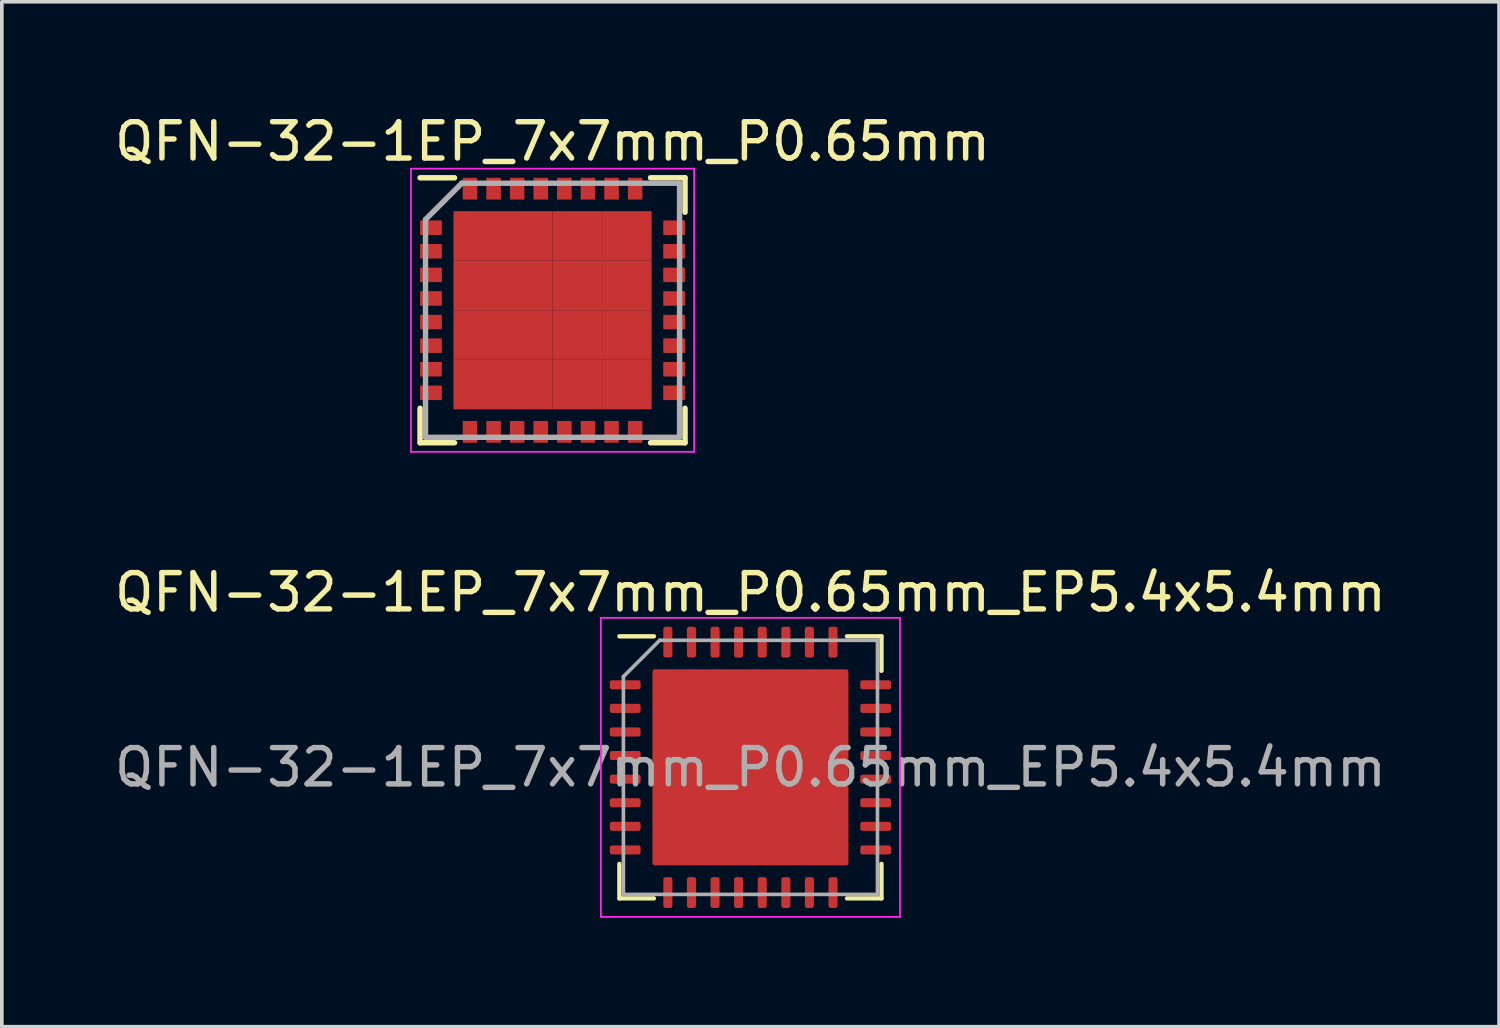
<source format=kicad_pcb>
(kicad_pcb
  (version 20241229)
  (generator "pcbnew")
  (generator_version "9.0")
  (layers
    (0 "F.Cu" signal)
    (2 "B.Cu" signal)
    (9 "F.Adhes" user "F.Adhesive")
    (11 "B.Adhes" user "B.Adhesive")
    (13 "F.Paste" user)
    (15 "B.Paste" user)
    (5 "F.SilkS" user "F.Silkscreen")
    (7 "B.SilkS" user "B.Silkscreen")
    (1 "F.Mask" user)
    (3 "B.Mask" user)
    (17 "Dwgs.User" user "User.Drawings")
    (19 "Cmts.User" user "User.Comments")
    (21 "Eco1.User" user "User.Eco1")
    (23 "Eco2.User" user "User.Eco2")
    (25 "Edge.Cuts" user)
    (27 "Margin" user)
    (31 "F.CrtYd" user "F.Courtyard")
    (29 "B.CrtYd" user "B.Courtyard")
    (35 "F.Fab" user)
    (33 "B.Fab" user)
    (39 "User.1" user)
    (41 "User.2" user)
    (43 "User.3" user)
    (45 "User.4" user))
  (footprint "QFN-32-1EP_7x7mm_P0.65mm_EP5.4x5.4mm"
    (layer "F.Cu")
    (at 17.625 18.091)
    (property "Reference" "QFN-32-1EP_7x7mm_P0.65mm_EP5.4x5.4mm" (at 0 -4.82 0) (layer "F.SilkS") (effects (font (size 1 1) (thickness 0.15))))
    (attr smd)
    (fp_line (start -3.61 3.61) (end -3.61 2.66) (stroke (width 0.12) (type solid)) (layer "F.SilkS"))
    (fp_line (start -2.66 -3.61) (end -3.61 -3.61) (stroke (width 0.12) (type solid)) (layer "F.SilkS"))
    (fp_line (start -2.66 3.61) (end -3.61 3.61) (stroke (width 0.12) (type solid)) (layer "F.SilkS"))
    (fp_line (start 2.66 -3.61) (end 3.61 -3.61) (stroke (width 0.12) (type solid)) (layer "F.SilkS"))
    (fp_line (start 2.66 3.61) (end 3.61 3.61) (stroke (width 0.12) (type solid)) (layer "F.SilkS"))
    (fp_line (start 3.61 -3.61) (end 3.61 -2.66) (stroke (width 0.12) (type solid)) (layer "F.SilkS"))
    (fp_line (start 3.61 3.61) (end 3.61 2.66) (stroke (width 0.12) (type solid)) (layer "F.SilkS"))
    (fp_line (start -4.12 -4.12) (end -4.12 4.12) (stroke (width 0.05) (type solid)) (layer "F.CrtYd"))
    (fp_line (start -4.12 4.12) (end 4.12 4.12) (stroke (width 0.05) (type solid)) (layer "F.CrtYd"))
    (fp_line (start 4.12 -4.12) (end -4.12 -4.12) (stroke (width 0.05) (type solid)) (layer "F.CrtYd"))
    (fp_line (start 4.12 4.12) (end 4.12 -4.12) (stroke (width 0.05) (type solid)) (layer "F.CrtYd"))
    (fp_line (start -3.5 -2.5) (end -2.5 -3.5) (stroke (width 0.1) (type solid)) (layer "F.Fab"))
    (fp_line (start -3.5 3.5) (end -3.5 -2.5) (stroke (width 0.1) (type solid)) (layer "F.Fab"))
    (fp_line (start -2.5 -3.5) (end 3.5 -3.5) (stroke (width 0.1) (type solid)) (layer "F.Fab"))
    (fp_line (start 3.5 -3.5) (end 3.5 3.5) (stroke (width 0.1) (type solid)) (layer "F.Fab"))
    (fp_line (start 3.5 3.5) (end -3.5 3.5) (stroke (width 0.1) (type solid)) (layer "F.Fab"))
    (fp_text user "${REFERENCE}" (at 0 0 0) (layer "F.Fab") (effects (font (size 1 1) (thickness 0.15))))
    (pad "" smd roundrect (at -2.025 -2.025) (size 1.09 1.09) (layers "F.Paste") (roundrect_rratio 0.229))
    (pad "" smd roundrect (at -2.025 -0.675) (size 1.09 1.09) (layers "F.Paste") (roundrect_rratio 0.229))
    (pad "" smd roundrect (at -2.025 0.675) (size 1.09 1.09) (layers "F.Paste") (roundrect_rratio 0.229))
    (pad "" smd roundrect (at -2.025 2.025) (size 1.09 1.09) (layers "F.Paste") (roundrect_rratio 0.229))
    (pad "" smd roundrect (at -0.675 -2.025) (size 1.09 1.09) (layers "F.Paste") (roundrect_rratio 0.229))
    (pad "" smd roundrect (at -0.675 -0.675) (size 1.09 1.09) (layers "F.Paste") (roundrect_rratio 0.229))
    (pad "" smd roundrect (at -0.675 0.675) (size 1.09 1.09) (layers "F.Paste") (roundrect_rratio 0.229))
    (pad "" smd roundrect (at -0.675 2.025) (size 1.09 1.09) (layers "F.Paste") (roundrect_rratio 0.229))
    (pad "" smd roundrect (at 0.675 -2.025) (size 1.09 1.09) (layers "F.Paste") (roundrect_rratio 0.229))
    (pad "" smd roundrect (at 0.675 -0.675) (size 1.09 1.09) (layers "F.Paste") (roundrect_rratio 0.229))
    (pad "" smd roundrect (at 0.675 0.675) (size 1.09 1.09) (layers "F.Paste") (roundrect_rratio 0.229))
    (pad "" smd roundrect (at 0.675 2.025) (size 1.09 1.09) (layers "F.Paste") (roundrect_rratio 0.229))
    (pad "" smd roundrect (at 2.025 -2.025) (size 1.09 1.09) (layers "F.Paste") (roundrect_rratio 0.229))
    (pad "" smd roundrect (at 2.025 -0.675) (size 1.09 1.09) (layers "F.Paste") (roundrect_rratio 0.229))
    (pad "" smd roundrect (at 2.025 0.675) (size 1.09 1.09) (layers "F.Paste") (roundrect_rratio 0.229))
    (pad "" smd roundrect (at 2.025 2.025) (size 1.09 1.09) (layers "F.Paste") (roundrect_rratio 0.229))
    (pad "1" smd roundrect (at -3.45 -2.275) (size 0.85 0.25) (layers "F.Cu" "F.Mask" "F.Paste") (roundrect_rratio 0.25))
    (pad "2" smd roundrect (at -3.45 -1.625) (size 0.85 0.25) (layers "F.Cu" "F.Mask" "F.Paste") (roundrect_rratio 0.25))
    (pad "3" smd roundrect (at -3.45 -0.975) (size 0.85 0.25) (layers "F.Cu" "F.Mask" "F.Paste") (roundrect_rratio 0.25))
    (pad "4" smd roundrect (at -3.45 -0.325) (size 0.85 0.25) (layers "F.Cu" "F.Mask" "F.Paste") (roundrect_rratio 0.25))
    (pad "5" smd roundrect (at -3.45 0.325) (size 0.85 0.25) (layers "F.Cu" "F.Mask" "F.Paste") (roundrect_rratio 0.25))
    (pad "6" smd roundrect (at -3.45 0.975) (size 0.85 0.25) (layers "F.Cu" "F.Mask" "F.Paste") (roundrect_rratio 0.25))
    (pad "7" smd roundrect (at -3.45 1.625) (size 0.85 0.25) (layers "F.Cu" "F.Mask" "F.Paste") (roundrect_rratio 0.25))
    (pad "8" smd roundrect (at -3.45 2.275) (size 0.85 0.25) (layers "F.Cu" "F.Mask" "F.Paste") (roundrect_rratio 0.25))
    (pad "9" smd roundrect (at -2.275 3.45) (size 0.25 0.85) (layers "F.Cu" "F.Mask" "F.Paste") (roundrect_rratio 0.25))
    (pad "10" smd roundrect (at -1.625 3.45) (size 0.25 0.85) (layers "F.Cu" "F.Mask" "F.Paste") (roundrect_rratio 0.25))
    (pad "11" smd roundrect (at -0.975 3.45) (size 0.25 0.85) (layers "F.Cu" "F.Mask" "F.Paste") (roundrect_rratio 0.25))
    (pad "12" smd roundrect (at -0.325 3.45) (size 0.25 0.85) (layers "F.Cu" "F.Mask" "F.Paste") (roundrect_rratio 0.25))
    (pad "13" smd roundrect (at 0.325 3.45) (size 0.25 0.85) (layers "F.Cu" "F.Mask" "F.Paste") (roundrect_rratio 0.25))
    (pad "14" smd roundrect (at 0.975 3.45) (size 0.25 0.85) (layers "F.Cu" "F.Mask" "F.Paste") (roundrect_rratio 0.25))
    (pad "15" smd roundrect (at 1.625 3.45) (size 0.25 0.85) (layers "F.Cu" "F.Mask" "F.Paste") (roundrect_rratio 0.25))
    (pad "16" smd roundrect (at 2.275 3.45) (size 0.25 0.85) (layers "F.Cu" "F.Mask" "F.Paste") (roundrect_rratio 0.25))
    (pad "17" smd roundrect (at 3.45 2.275) (size 0.85 0.25) (layers "F.Cu" "F.Mask" "F.Paste") (roundrect_rratio 0.25))
    (pad "18" smd roundrect (at 3.45 1.625) (size 0.85 0.25) (layers "F.Cu" "F.Mask" "F.Paste") (roundrect_rratio 0.25))
    (pad "19" smd roundrect (at 3.45 0.975) (size 0.85 0.25) (layers "F.Cu" "F.Mask" "F.Paste") (roundrect_rratio 0.25))
    (pad "20" smd roundrect (at 3.45 0.325) (size 0.85 0.25) (layers "F.Cu" "F.Mask" "F.Paste") (roundrect_rratio 0.25))
    (pad "21" smd roundrect (at 3.45 -0.325) (size 0.85 0.25) (layers "F.Cu" "F.Mask" "F.Paste") (roundrect_rratio 0.25))
    (pad "22" smd roundrect (at 3.45 -0.975) (size 0.85 0.25) (layers "F.Cu" "F.Mask" "F.Paste") (roundrect_rratio 0.25))
    (pad "23" smd roundrect (at 3.45 -1.625) (size 0.85 0.25) (layers "F.Cu" "F.Mask" "F.Paste") (roundrect_rratio 0.25))
    (pad "24" smd roundrect (at 3.45 -2.275) (size 0.85 0.25) (layers "F.Cu" "F.Mask" "F.Paste") (roundrect_rratio 0.25))
    (pad "25" smd roundrect (at 2.275 -3.45) (size 0.25 0.85) (layers "F.Cu" "F.Mask" "F.Paste") (roundrect_rratio 0.25))
    (pad "26" smd roundrect (at 1.625 -3.45) (size 0.25 0.85) (layers "F.Cu" "F.Mask" "F.Paste") (roundrect_rratio 0.25))
    (pad "27" smd roundrect (at 0.975 -3.45) (size 0.25 0.85) (layers "F.Cu" "F.Mask" "F.Paste") (roundrect_rratio 0.25))
    (pad "28" smd roundrect (at 0.325 -3.45) (size 0.25 0.85) (layers "F.Cu" "F.Mask" "F.Paste") (roundrect_rratio 0.25))
    (pad "29" smd roundrect (at -0.325 -3.45) (size 0.25 0.85) (layers "F.Cu" "F.Mask" "F.Paste") (roundrect_rratio 0.25))
    (pad "30" smd roundrect (at -0.975 -3.45) (size 0.25 0.85) (layers "F.Cu" "F.Mask" "F.Paste") (roundrect_rratio 0.25))
    (pad "31" smd roundrect (at -1.625 -3.45) (size 0.25 0.85) (layers "F.Cu" "F.Mask" "F.Paste") (roundrect_rratio 0.25))
    (pad "32" smd roundrect (at -2.275 -3.45) (size 0.25 0.85) (layers "F.Cu" "F.Mask" "F.Paste") (roundrect_rratio 0.25))
    (pad "33" smd roundrect (at 0 0) (size 5.4 5.4) (layers "F.Cu" "F.Mask") (roundrect_rratio 0.012)))
  (footprint "QFN-32-1EP_7x7mm_P0.65mm"
    (layer "F.Cu")
    (at 12.173 5.498)
    (property "Reference" "QFN-32-1EP_7x7mm_P0.65mm" (at 0 -4.65 0) (layer "F.SilkS") (effects (font (size 1 1) (thickness 0.15))))
    (attr smd)
    (fp_line (start -3.65 -3.65) (end -2.7 -3.65) (stroke (width 0.15) (type solid)) (layer "F.SilkS"))
    (fp_line (start -3.65 3.65) (end -3.65 2.7) (stroke (width 0.15) (type solid)) (layer "F.SilkS"))
    (fp_line (start -3.65 3.65) (end -2.7 3.65) (stroke (width 0.15) (type solid)) (layer "F.SilkS"))
    (fp_line (start 3.65 -3.65) (end 2.7 -3.65) (stroke (width 0.15) (type solid)) (layer "F.SilkS"))
    (fp_line (start 3.65 -3.65) (end 3.65 -2.7) (stroke (width 0.15) (type solid)) (layer "F.SilkS"))
    (fp_line (start 3.65 3.65) (end 2.7 3.65) (stroke (width 0.15) (type solid)) (layer "F.SilkS"))
    (fp_line (start 3.65 3.65) (end 3.65 2.7) (stroke (width 0.15) (type solid)) (layer "F.SilkS"))
    (fp_line (start -3.9 -3.9) (end -3.9 3.9) (stroke (width 0.05) (type solid)) (layer "F.CrtYd"))
    (fp_line (start -3.9 -3.9) (end 3.9 -3.9) (stroke (width 0.05) (type solid)) (layer "F.CrtYd"))
    (fp_line (start -3.9 3.9) (end 3.9 3.9) (stroke (width 0.05) (type solid)) (layer "F.CrtYd"))
    (fp_line (start 3.9 -3.9) (end 3.9 3.9) (stroke (width 0.05) (type solid)) (layer "F.CrtYd"))
    (fp_line (start -3.5 -2.5) (end -2.5 -3.5) (stroke (width 0.15) (type solid)) (layer "F.Fab"))
    (fp_line (start -3.5 3.5) (end -3.5 -2.5) (stroke (width 0.15) (type solid)) (layer "F.Fab"))
    (fp_line (start -2.5 -3.5) (end 3.5 -3.5) (stroke (width 0.15) (type solid)) (layer "F.Fab"))
    (fp_line (start 3.5 -3.5) (end 3.5 3.5) (stroke (width 0.15) (type solid)) (layer "F.Fab"))
    (fp_line (start 3.5 3.5) (end -3.5 3.5) (stroke (width 0.15) (type solid)) (layer "F.Fab"))
    (pad "1" smd rect (at -3.35 -2.275) (size 0.6 0.4) (layers "F.Cu" "F.Mask" "F.Paste"))
    (pad "2" smd rect (at -3.35 -1.625) (size 0.6 0.4) (layers "F.Cu" "F.Mask" "F.Paste"))
    (pad "3" smd rect (at -3.35 -0.975) (size 0.6 0.4) (layers "F.Cu" "F.Mask" "F.Paste"))
    (pad "4" smd rect (at -3.35 -0.325) (size 0.6 0.4) (layers "F.Cu" "F.Mask" "F.Paste"))
    (pad "5" smd rect (at -3.35 0.325) (size 0.6 0.4) (layers "F.Cu" "F.Mask" "F.Paste"))
    (pad "6" smd rect (at -3.35 0.975) (size 0.6 0.4) (layers "F.Cu" "F.Mask" "F.Paste"))
    (pad "7" smd rect (at -3.35 1.625) (size 0.6 0.4) (layers "F.Cu" "F.Mask" "F.Paste"))
    (pad "8" smd rect (at -3.35 2.275) (size 0.6 0.4) (layers "F.Cu" "F.Mask" "F.Paste"))
    (pad "9" smd rect (at -2.275 3.35 90) (size 0.6 0.4) (layers "F.Cu" "F.Mask" "F.Paste"))
    (pad "10" smd rect (at -1.625 3.35 90) (size 0.6 0.4) (layers "F.Cu" "F.Mask" "F.Paste"))
    (pad "11" smd rect (at -0.975 3.35 90) (size 0.6 0.4) (layers "F.Cu" "F.Mask" "F.Paste"))
    (pad "12" smd rect (at -0.325 3.35 90) (size 0.6 0.4) (layers "F.Cu" "F.Mask" "F.Paste"))
    (pad "13" smd rect (at 0.325 3.35 90) (size 0.6 0.4) (layers "F.Cu" "F.Mask" "F.Paste"))
    (pad "14" smd rect (at 0.975 3.35 90) (size 0.6 0.4) (layers "F.Cu" "F.Mask" "F.Paste"))
    (pad "15" smd rect (at 1.625 3.35 90) (size 0.6 0.4) (layers "F.Cu" "F.Mask" "F.Paste"))
    (pad "16" smd rect (at 2.275 3.35 90) (size 0.6 0.4) (layers "F.Cu" "F.Mask" "F.Paste"))
    (pad "17" smd rect (at 3.35 2.275) (size 0.6 0.4) (layers "F.Cu" "F.Mask" "F.Paste"))
    (pad "18" smd rect (at 3.35 1.625) (size 0.6 0.4) (layers "F.Cu" "F.Mask" "F.Paste"))
    (pad "19" smd rect (at 3.35 0.975) (size 0.6 0.4) (layers "F.Cu" "F.Mask" "F.Paste"))
    (pad "20" smd rect (at 3.35 0.325) (size 0.6 0.4) (layers "F.Cu" "F.Mask" "F.Paste"))
    (pad "21" smd rect (at 3.35 -0.325) (size 0.6 0.4) (layers "F.Cu" "F.Mask" "F.Paste"))
    (pad "22" smd rect (at 3.35 -0.975) (size 0.6 0.4) (layers "F.Cu" "F.Mask" "F.Paste"))
    (pad "23" smd rect (at 3.35 -1.625) (size 0.6 0.4) (layers "F.Cu" "F.Mask" "F.Paste"))
    (pad "24" smd rect (at 3.35 -2.275) (size 0.6 0.4) (layers "F.Cu" "F.Mask" "F.Paste"))
    (pad "25" smd rect (at 2.275 -3.35 90) (size 0.6 0.4) (layers "F.Cu" "F.Mask" "F.Paste"))
    (pad "26" smd rect (at 1.625 -3.35 90) (size 0.6 0.4) (layers "F.Cu" "F.Mask" "F.Paste"))
    (pad "27" smd rect (at 0.975 -3.35 90) (size 0.6 0.4) (layers "F.Cu" "F.Mask" "F.Paste"))
    (pad "28" smd rect (at 0.325 -3.35 90) (size 0.6 0.4) (layers "F.Cu" "F.Mask" "F.Paste"))
    (pad "29" smd rect (at -0.325 -3.35 90) (size 0.6 0.4) (layers "F.Cu" "F.Mask" "F.Paste"))
    (pad "30" smd rect (at -0.975 -3.35 90) (size 0.6 0.4) (layers "F.Cu" "F.Mask" "F.Paste"))
    (pad "31" smd rect (at -1.625 -3.35 90) (size 0.6 0.4) (layers "F.Cu" "F.Mask" "F.Paste"))
    (pad "32" smd rect (at -2.275 -3.35 90) (size 0.6 0.4) (layers "F.Cu" "F.Mask" "F.Paste"))
    (pad "33" smd rect (at -2.047 -2.047) (size 1.365 1.365) (layers "F.Cu" "F.Mask" "F.Paste"))
    (pad "33" smd rect (at -2.047 -0.682) (size 1.365 1.365) (layers "F.Cu" "F.Mask" "F.Paste"))
    (pad "33" smd rect (at -2.047 0.682) (size 1.365 1.365) (layers "F.Cu" "F.Mask" "F.Paste"))
    (pad "33" smd rect (at -2.047 2.047) (size 1.365 1.365) (layers "F.Cu" "F.Mask" "F.Paste"))
    (pad "33" smd rect (at -0.682 -2.047) (size 1.365 1.365) (layers "F.Cu" "F.Mask" "F.Paste"))
    (pad "33" smd rect (at -0.682 -0.682) (size 1.365 1.365) (layers "F.Cu" "F.Mask" "F.Paste"))
    (pad "33" smd rect (at -0.682 0.682) (size 1.365 1.365) (layers "F.Cu" "F.Mask" "F.Paste"))
    (pad "33" smd rect (at -0.682 2.047) (size 1.365 1.365) (layers "F.Cu" "F.Mask" "F.Paste"))
    (pad "33" smd rect (at 0.682 -2.047) (size 1.365 1.365) (layers "F.Cu" "F.Mask" "F.Paste"))
    (pad "33" smd rect (at 0.682 -0.682) (size 1.365 1.365) (layers "F.Cu" "F.Mask" "F.Paste"))
    (pad "33" smd rect (at 0.682 0.682) (size 1.365 1.365) (layers "F.Cu" "F.Mask" "F.Paste"))
    (pad "33" smd rect (at 0.682 2.047) (size 1.365 1.365) (layers "F.Cu" "F.Mask" "F.Paste"))
    (pad "33" smd rect (at 2.047 -2.047) (size 1.365 1.365) (layers "F.Cu" "F.Mask" "F.Paste"))
    (pad "33" smd rect (at 2.047 -0.682) (size 1.365 1.365) (layers "F.Cu" "F.Mask" "F.Paste"))
    (pad "33" smd rect (at 2.047 0.682) (size 1.365 1.365) (layers "F.Cu" "F.Mask" "F.Paste"))
    (pad "33" smd rect (at 2.047 2.047) (size 1.365 1.365) (layers "F.Cu" "F.Mask" "F.Paste")))
  (gr_rect
    (start -3 -3)
    (end 38.25 25.236)
    (stroke (width 0.1) (type default))
    (fill no)
    (layer "Edge.Cuts")))
</source>
